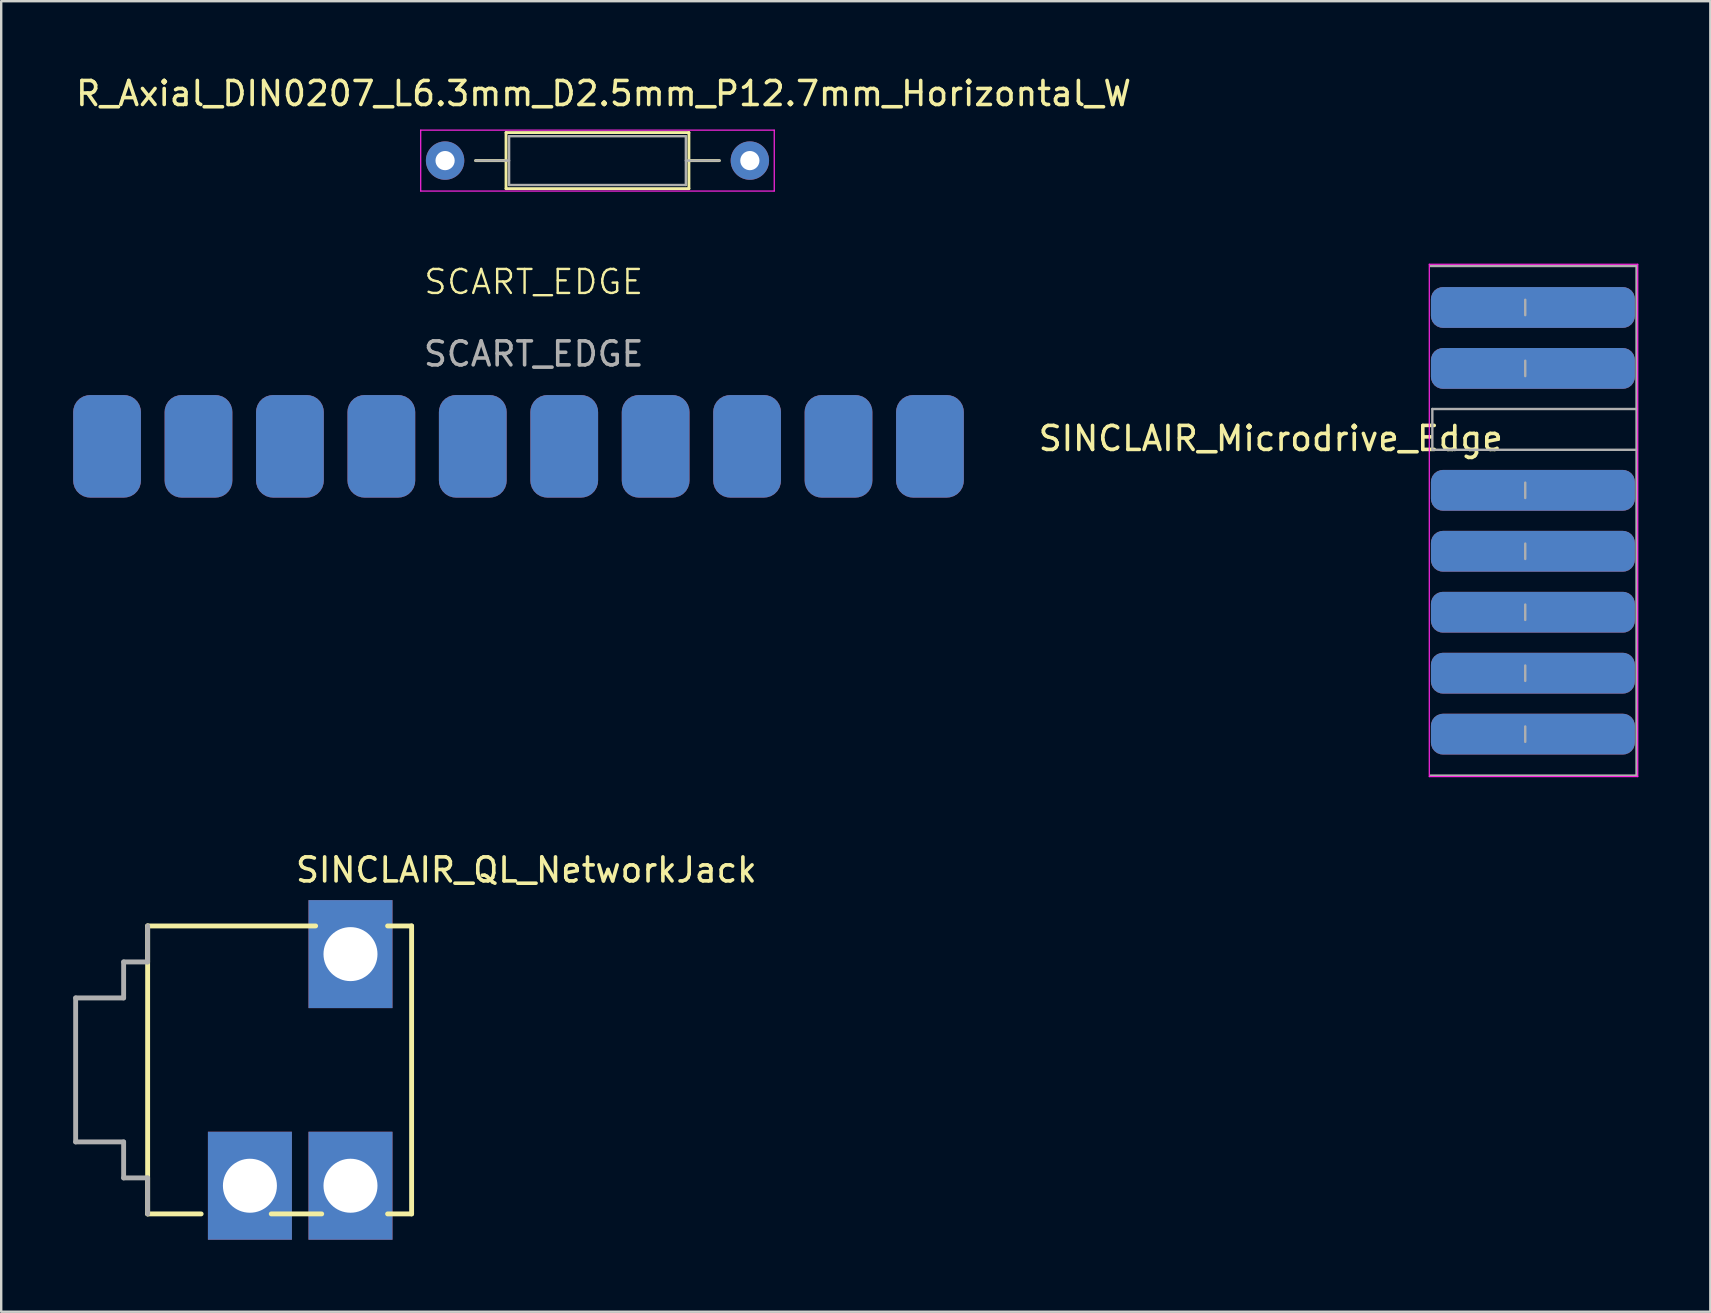
<source format=kicad_pcb>
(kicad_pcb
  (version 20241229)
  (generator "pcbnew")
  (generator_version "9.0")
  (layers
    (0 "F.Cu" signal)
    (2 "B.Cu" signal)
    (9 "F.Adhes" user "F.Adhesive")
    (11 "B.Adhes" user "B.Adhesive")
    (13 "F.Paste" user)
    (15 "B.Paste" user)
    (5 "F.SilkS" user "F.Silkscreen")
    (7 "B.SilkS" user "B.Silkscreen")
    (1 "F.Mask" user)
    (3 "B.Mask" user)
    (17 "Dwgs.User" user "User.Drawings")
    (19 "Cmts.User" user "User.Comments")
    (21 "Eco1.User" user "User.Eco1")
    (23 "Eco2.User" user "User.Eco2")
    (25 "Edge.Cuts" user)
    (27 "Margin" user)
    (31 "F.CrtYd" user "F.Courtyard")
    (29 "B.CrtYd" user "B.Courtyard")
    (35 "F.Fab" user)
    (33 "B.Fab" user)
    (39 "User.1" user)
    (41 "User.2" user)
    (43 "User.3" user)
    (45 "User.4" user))
  (footprint "SINCLAIR_QL_NetworkJack"
    (layer "F.Cu")
    (at 6.602 41.534)
    (property "Reference" "SINCLAIR_QL_NetworkJack" (at 2.587 -7.747 0) (layer "F.SilkS") (effects (font (size 1 1) (thickness 0.15)) (justify left bottom)))
    (attr through_hole)
    (fp_line (start -3.5 -6) (end -3.5 6) (stroke (width 0.203) (type solid)) (layer "F.SilkS"))
    (fp_line (start -3.5 -6) (end 3.5 -6) (stroke (width 0.203) (type solid)) (layer "F.SilkS"))
    (fp_line (start -3.5 6) (end -1.27 6) (stroke (width 0.203) (type solid)) (layer "F.SilkS"))
    (fp_line (start 1.651 6) (end 3.754 6) (stroke (width 0.203) (type solid)) (layer "F.SilkS"))
    (fp_line (start 7.5 -6) (end 6.5 -6) (stroke (width 0.203) (type solid)) (layer "F.SilkS"))
    (fp_line (start 7.5 -6) (end 7.5 6) (stroke (width 0.203) (type solid)) (layer "F.SilkS"))
    (fp_line (start 7.5 6) (end 6.5 6) (stroke (width 0.203) (type solid)) (layer "F.SilkS"))
    (fp_line (start -6.5 -3) (end -6.5 3) (stroke (width 0.203) (type solid)) (layer "F.Fab"))
    (fp_line (start -6.5 -3) (end -4.5 -3) (stroke (width 0.203) (type solid)) (layer "F.Fab"))
    (fp_line (start -6.5 3) (end -4.5 3) (stroke (width 0.203) (type solid)) (layer "F.Fab"))
    (fp_line (start -4.5 -4.5) (end -4.5 -3) (stroke (width 0.203) (type solid)) (layer "F.Fab"))
    (fp_line (start -4.5 -4.5) (end -3.5 -4.5) (stroke (width 0.203) (type solid)) (layer "F.Fab"))
    (fp_line (start -4.5 3) (end -4.5 4.5) (stroke (width 0.203) (type solid)) (layer "F.Fab"))
    (fp_line (start -4.5 4.5) (end -3.5 4.5) (stroke (width 0.203) (type solid)) (layer "F.Fab"))
    (fp_line (start -3.5 -6) (end -3.5 -4.5) (stroke (width 0.203) (type solid)) (layer "F.Fab"))
    (fp_line (start -3.5 4.5) (end -3.5 6) (stroke (width 0.203) (type solid)) (layer "F.Fab"))
    (pad "G" thru_hole rect (at 0.762 4.826) (size 3.5 4.5) (drill 2.25) (layers "*.Cu" "*.Mask"))
    (pad "T" thru_hole rect (at 4.953 4.826) (size 3.5 4.5) (drill 2.25) (layers "*.Cu" "*.Mask"))
    (pad "TN" thru_hole rect (at 4.953 -4.826) (size 3.5 4.5) (drill 2.25) (layers "*.Cu" "*.Mask")))
  (footprint "SINCLAIR_Microdrive_Edge"
    (layer "F.Cu")
    (at 60.827 9.762)
    (property "Reference" "SINCLAIR_Microdrive_Edge" (at -10.922 5.461 180) (layer "F.SilkS") (effects (font (size 1 1) (thickness 0.15))))
    (attr through_hole exclude_from_bom)
    (fp_line (start -4.318 -1.8) (end -4.318 19.55) (stroke (width 0.05) (type solid)) (layer "F.CrtYd"))
    (fp_line (start -4.318 19.55) (end 4.369 19.55) (stroke (width 0.05) (type solid)) (layer "F.CrtYd"))
    (fp_line (start 4.369 -1.8) (end -4.318 -1.8) (stroke (width 0.05) (type solid)) (layer "F.CrtYd"))
    (fp_line (start 4.369 19.55) (end 4.369 -1.8) (stroke (width 0.05) (type solid)) (layer "F.CrtYd"))
    (fp_line (start -4.267 -1.727) (end 4.318 -1.727) (stroke (width 0.1) (type solid)) (layer "F.Fab"))
    (fp_line (start -4.267 19.507) (end 4.318 19.507) (stroke (width 0.1) (type solid)) (layer "F.Fab"))
    (fp_line (start -4.191 4.23) (end 4.318 4.23) (stroke (width 0.1) (type solid)) (layer "F.Fab"))
    (fp_line (start -4.191 5.93) (end -4.191 4.23) (stroke (width 0.1) (type solid)) (layer "F.Fab"))
    (fp_line (start -4.191 5.93) (end 4.318 5.93) (stroke (width 0.1) (type solid)) (layer "F.Fab"))
    (fp_line (start -0.32 -0.32) (end -0.32 0.32) (stroke (width 0.1) (type solid)) (layer "F.Fab"))
    (fp_line (start -0.32 2.22) (end -0.32 2.86) (stroke (width 0.1) (type solid)) (layer "F.Fab"))
    (fp_line (start -0.32 7.3) (end -0.32 7.94) (stroke (width 0.1) (type solid)) (layer "F.Fab"))
    (fp_line (start -0.32 9.84) (end -0.32 10.48) (stroke (width 0.1) (type solid)) (layer "F.Fab"))
    (fp_line (start -0.32 12.38) (end -0.32 13.02) (stroke (width 0.1) (type solid)) (layer "F.Fab"))
    (fp_line (start -0.32 14.92) (end -0.32 15.56) (stroke (width 0.1) (type solid)) (layer "F.Fab"))
    (fp_line (start -0.32 17.46) (end -0.32 18.1) (stroke (width 0.1) (type solid)) (layer "F.Fab"))
    (fp_line (start 4.318 -1.727) (end 4.318 19.507) (stroke (width 0.1) (type solid)) (layer "F.Fab"))
    (pad "1a" connect roundrect (at 0 0) (size 8.5 1.7) (layers "F.Cu" "F.Mask") (roundrect_rratio 0.294))
    (pad "1b" connect roundrect (at 0 0) (size 8.5 1.7) (layers "B.Cu" "B.Mask") (roundrect_rratio 0.294))
    (pad "2a" connect roundrect (at 0 2.54) (size 8.5 1.7) (layers "F.Cu" "F.Mask") (roundrect_rratio 0.294))
    (pad "2b" connect roundrect (at 0 2.54) (size 8.5 1.7) (layers "B.Cu" "B.Mask") (roundrect_rratio 0.294))
    (pad "4a" connect roundrect (at 0 7.62) (size 8.5 1.7) (layers "F.Cu" "F.Mask") (roundrect_rratio 0.294))
    (pad "4b" connect roundrect (at 0 7.62) (size 8.5 1.7) (layers "B.Cu" "B.Mask") (roundrect_rratio 0.294))
    (pad "5a" connect roundrect (at 0 10.16) (size 8.5 1.7) (layers "F.Cu" "F.Mask") (roundrect_rratio 0.294))
    (pad "5b" connect roundrect (at 0 10.16) (size 8.5 1.7) (layers "B.Cu" "B.Mask") (roundrect_rratio 0.294))
    (pad "6a" connect roundrect (at 0 12.7) (size 8.5 1.7) (layers "F.Cu" "F.Mask") (roundrect_rratio 0.294))
    (pad "6b" connect roundrect (at 0 12.7) (size 8.5 1.7) (layers "B.Cu" "B.Mask") (roundrect_rratio 0.294))
    (pad "7a" connect roundrect (at 0 15.24) (size 8.5 1.7) (layers "F.Cu" "F.Mask") (roundrect_rratio 0.294))
    (pad "7b" connect roundrect (at 0 15.24) (size 8.5 1.7) (layers "B.Cu" "B.Mask") (roundrect_rratio 0.294))
    (pad "8a" connect roundrect (at 0 17.78) (size 8.5 1.7) (layers "F.Cu" "F.Mask") (roundrect_rratio 0.294))
    (pad "8b" connect roundrect (at 0 17.78) (size 8.5 1.7) (layers "B.Cu" "B.Mask") (roundrect_rratio 0.294)))
  (footprint "SCART_EDGE"
    (layer "F.Cu")
    (at 18.556 10.468)
    (property "Reference" "SCART_EDGE" (at 0.635 -1.77 0) (unlocked yes) (layer "F.SilkS") (effects (font (size 1 1) (thickness 0.1))))
    (fp_text user "${REFERENCE}" (at 0.635 1.23 0) (unlocked yes) (layer "F.Fab") (effects (font (size 1 1) (thickness 0.15))))
    (pad "1" smd roundrect (at -17.145 5.08) (size 2.823 4.272) (layers "B.Cu" "B.Mask" "B.Paste") (roundrect_rratio 0.25))
    (pad "2" smd roundrect (at -17.145 5.08) (size 2.823 4.272) (layers "F.Cu" "F.Mask" "F.Paste") (roundrect_rratio 0.25))
    (pad "3" smd roundrect (at -13.335 5.08) (size 2.823 4.272) (layers "B.Cu" "B.Mask" "B.Paste") (roundrect_rratio 0.25))
    (pad "4" smd roundrect (at -13.335 5.08) (size 2.823 4.272) (layers "F.Cu" "F.Mask" "F.Paste") (roundrect_rratio 0.25))
    (pad "5" smd roundrect (at -9.525 5.08) (size 2.823 4.272) (layers "B.Cu" "B.Mask" "B.Paste") (roundrect_rratio 0.25))
    (pad "6" smd roundrect (at -9.525 5.08) (size 2.823 4.272) (layers "F.Cu" "F.Mask" "F.Paste") (roundrect_rratio 0.25))
    (pad "7" smd roundrect (at -5.715 5.08) (size 2.823 4.272) (layers "B.Cu" "B.Mask" "B.Paste") (roundrect_rratio 0.25))
    (pad "8" smd roundrect (at -5.715 5.08) (size 2.823 4.272) (layers "F.Cu" "F.Mask" "F.Paste") (roundrect_rratio 0.25))
    (pad "9" smd roundrect (at -1.905 5.08) (size 2.823 4.272) (layers "B.Cu" "B.Mask" "B.Paste") (roundrect_rratio 0.25))
    (pad "10" smd roundrect (at -1.905 5.08) (size 2.823 4.272) (layers "F.Cu" "F.Mask" "F.Paste") (roundrect_rratio 0.25))
    (pad "11" smd roundrect (at 1.905 5.08) (size 2.823 4.272) (layers "B.Cu" "B.Mask" "B.Paste") (roundrect_rratio 0.25))
    (pad "12" smd roundrect (at 1.905 5.08) (size 2.823 4.272) (layers "F.Cu" "F.Mask" "F.Paste") (roundrect_rratio 0.25))
    (pad "13" smd roundrect (at 5.715 5.08) (size 2.823 4.272) (layers "B.Cu" "B.Mask" "B.Paste") (roundrect_rratio 0.25))
    (pad "14" smd roundrect (at 5.715 5.08) (size 2.823 4.272) (layers "F.Cu" "F.Mask" "F.Paste") (roundrect_rratio 0.25))
    (pad "15" smd roundrect (at 9.525 5.08) (size 2.823 4.272) (layers "B.Cu" "B.Mask" "B.Paste") (roundrect_rratio 0.25))
    (pad "16" smd roundrect (at 9.525 5.08) (size 2.823 4.272) (layers "F.Cu" "F.Mask" "F.Paste") (roundrect_rratio 0.25))
    (pad "17" smd roundrect (at 13.335 5.08) (size 2.823 4.272) (layers "B.Cu" "B.Mask" "B.Paste") (roundrect_rratio 0.25))
    (pad "18" smd roundrect (at 13.335 5.08) (size 2.823 4.272) (layers "F.Cu" "F.Mask" "F.Paste") (roundrect_rratio 0.25))
    (pad "19" smd roundrect (at 17.145 5.08) (size 2.823 4.272) (layers "B.Cu" "B.Mask" "B.Paste") (roundrect_rratio 0.25))
    (pad "20" smd roundrect (at 17.145 5.08) (size 2.823 4.272) (layers "F.Cu" "F.Mask" "F.Paste") (roundrect_rratio 0.25)))
  (footprint "R_Axial_DIN0207_L6.3mm_D2.5mm_P12.7mm_Horizontal_W"
    (layer "F.Cu")
    (at 15.497 3.642)
    (property "Reference" "R_Axial_DIN0207_L6.3mm_D2.5mm_P12.7mm_Horizontal_W" (at 6.604 -2.794 180) (layer "F.SilkS") (effects (font (size 1 1) (thickness 0.15))))
    (attr through_hole)
    (fp_line (start 1.27 0) (end 2.54 0) (stroke (width 0.12) (type solid)) (layer "F.SilkS"))
    (fp_line (start 2.54 -1.168) (end 2.54 1.168) (stroke (width 0.12) (type solid)) (layer "F.SilkS"))
    (fp_line (start 2.54 1.168) (end 10.16 1.168) (stroke (width 0.12) (type solid)) (layer "F.SilkS"))
    (fp_line (start 10.16 -1.168) (end 2.54 -1.168) (stroke (width 0.12) (type solid)) (layer "F.SilkS"))
    (fp_line (start 10.16 1.168) (end 10.16 -1.168) (stroke (width 0.12) (type solid)) (layer "F.SilkS"))
    (fp_line (start 11.43 0) (end 10.16 0) (stroke (width 0.12) (type solid)) (layer "F.SilkS"))
    (fp_line (start -1.016 -1.27) (end -1.016 1.27) (stroke (width 0.05) (type solid)) (layer "F.CrtYd"))
    (fp_line (start -1.016 1.27) (end 13.716 1.27) (stroke (width 0.05) (type solid)) (layer "F.CrtYd"))
    (fp_line (start 13.716 -1.27) (end -1.016 -1.27) (stroke (width 0.05) (type solid)) (layer "F.CrtYd"))
    (fp_line (start 13.716 1.27) (end 13.716 -1.27) (stroke (width 0.05) (type solid)) (layer "F.CrtYd"))
    (fp_line (start 1.27 0) (end 2.667 0) (stroke (width 0.1) (type solid)) (layer "F.Fab"))
    (fp_line (start 2.667 -1.016) (end 2.667 1.016) (stroke (width 0.1) (type solid)) (layer "F.Fab"))
    (fp_line (start 2.667 1.016) (end 10.033 1.016) (stroke (width 0.1) (type solid)) (layer "F.Fab"))
    (fp_line (start 10.033 -1.016) (end 2.667 -1.016) (stroke (width 0.1) (type solid)) (layer "F.Fab"))
    (fp_line (start 10.033 1.016) (end 10.033 -1.016) (stroke (width 0.1) (type solid)) (layer "F.Fab"))
    (fp_line (start 11.43 0) (end 10.033 0) (stroke (width 0.1) (type solid)) (layer "F.Fab"))
    (pad "1" thru_hole circle (at 0 0) (size 1.6 1.6) (drill 0.8) (layers "*.Cu" "*.Mask"))
    (pad "2" thru_hole oval (at 12.7 0) (size 1.6 1.6) (drill 0.8) (layers "*.Cu" "*.Mask")))
  (gr_rect
    (start -3 -3)
    (end 68.22 51.61)
    (stroke (width 0.1) (type default))
    (fill no)
    (layer "Edge.Cuts")))
</source>
